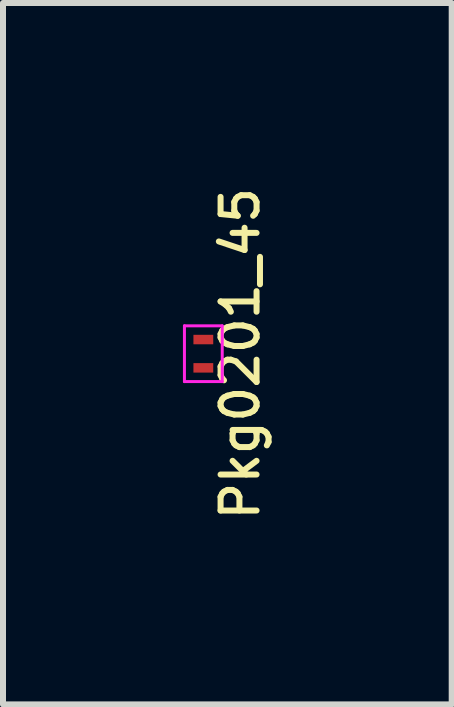
<source format=kicad_pcb>
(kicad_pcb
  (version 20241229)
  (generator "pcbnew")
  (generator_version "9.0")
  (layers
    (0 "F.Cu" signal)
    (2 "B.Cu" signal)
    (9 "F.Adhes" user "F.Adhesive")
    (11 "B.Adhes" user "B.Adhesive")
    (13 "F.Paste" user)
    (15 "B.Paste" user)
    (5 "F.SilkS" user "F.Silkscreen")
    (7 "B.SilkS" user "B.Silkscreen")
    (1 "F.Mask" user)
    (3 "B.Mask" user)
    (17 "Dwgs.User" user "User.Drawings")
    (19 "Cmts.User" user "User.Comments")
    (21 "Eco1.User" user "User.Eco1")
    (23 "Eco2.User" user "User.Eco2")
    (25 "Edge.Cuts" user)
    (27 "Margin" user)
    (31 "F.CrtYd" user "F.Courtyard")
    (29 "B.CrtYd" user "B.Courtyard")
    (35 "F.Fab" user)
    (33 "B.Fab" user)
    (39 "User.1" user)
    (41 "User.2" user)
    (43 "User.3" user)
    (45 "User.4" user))
  (footprint "Pkg0201_45"
    (layer "F.Cu")
    (at 0.34 2.847)
    (property "Reference" "Pkg0201_45" (at 0.615 0 90) (layer "F.SilkS") (effects (font (size 0.6 0.6) (thickness 0.1))))
    (fp_line (start -0.315 -0.465) (end -0.315 0.465) (stroke (width 0.05) (type solid)) (layer "F.CrtYd"))
    (fp_line (start -0.315 0.465) (end 0.315 0.465) (stroke (width 0.05) (type solid)) (layer "F.CrtYd"))
    (fp_line (start 0.315 -0.465) (end -0.315 -0.465) (stroke (width 0.05) (type solid)) (layer "F.CrtYd"))
    (fp_line (start 0.315 0.465) (end 0.315 -0.465) (stroke (width 0.05) (type solid)) (layer "F.CrtYd"))
    (pad "1" smd rect (at 0 -0.236) (size 0.33 0.158) (layers "F.Cu" "F.Mask" "F.Paste"))
    (pad "2" smd rect (at 0 0.236) (size 0.33 0.158) (layers "F.Cu" "F.Mask" "F.Paste")))
  (gr_rect
    (start -3 -3)
    (end 4.481 8.694)
    (stroke (width 0.1) (type default))
    (fill no)
    (layer "Edge.Cuts")))
</source>
